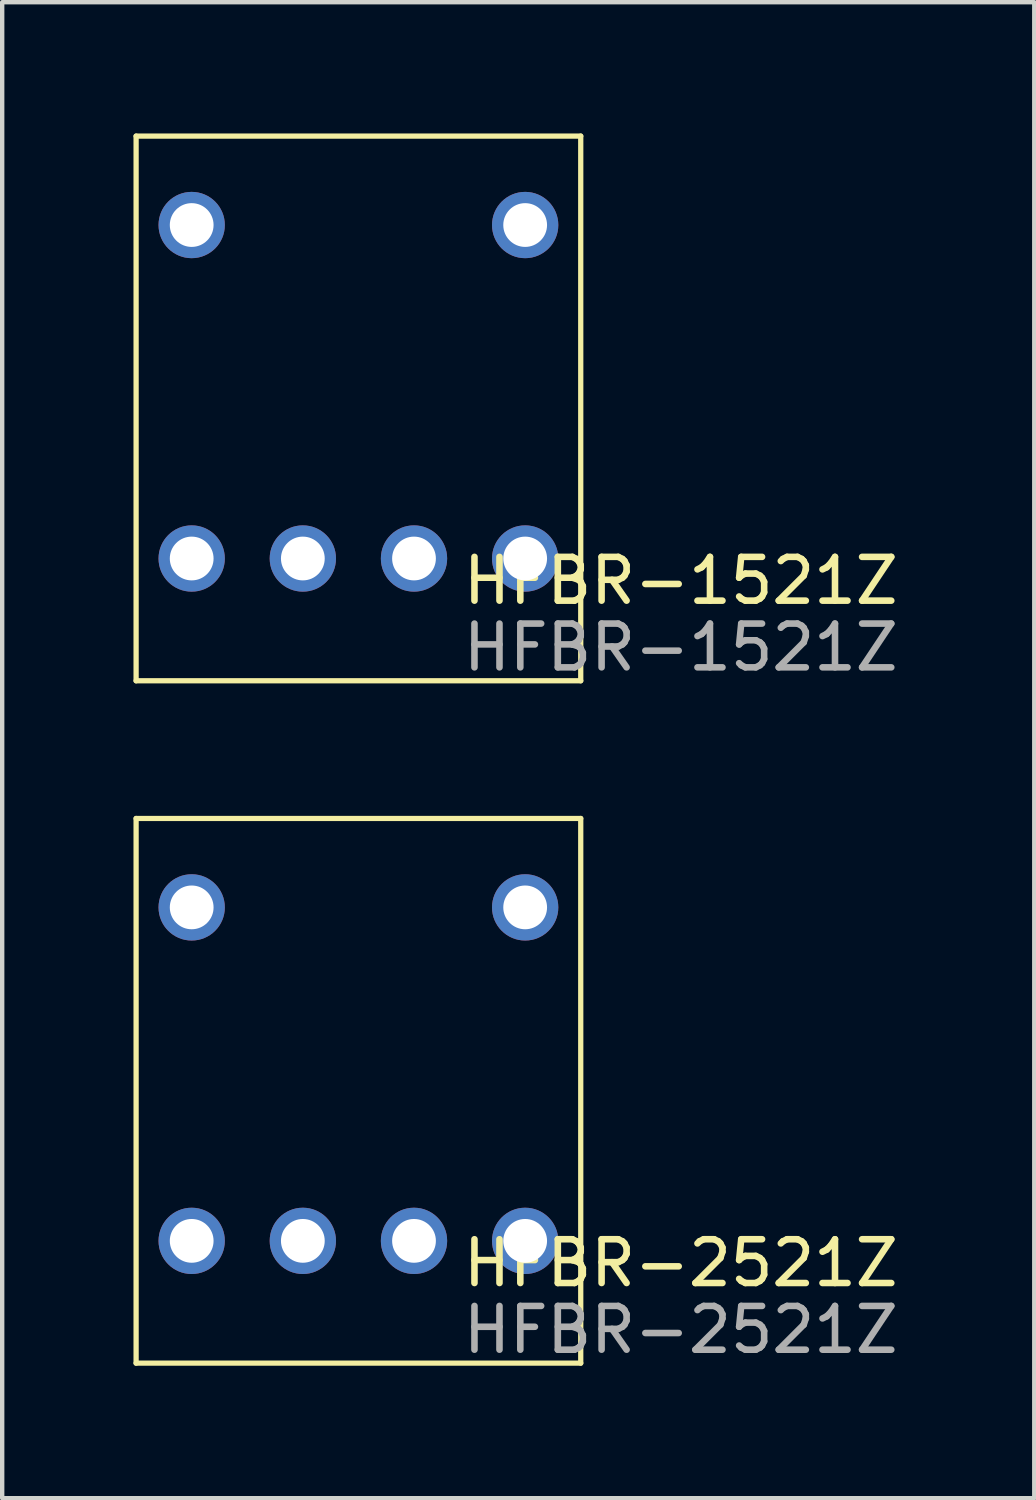
<source format=kicad_pcb>
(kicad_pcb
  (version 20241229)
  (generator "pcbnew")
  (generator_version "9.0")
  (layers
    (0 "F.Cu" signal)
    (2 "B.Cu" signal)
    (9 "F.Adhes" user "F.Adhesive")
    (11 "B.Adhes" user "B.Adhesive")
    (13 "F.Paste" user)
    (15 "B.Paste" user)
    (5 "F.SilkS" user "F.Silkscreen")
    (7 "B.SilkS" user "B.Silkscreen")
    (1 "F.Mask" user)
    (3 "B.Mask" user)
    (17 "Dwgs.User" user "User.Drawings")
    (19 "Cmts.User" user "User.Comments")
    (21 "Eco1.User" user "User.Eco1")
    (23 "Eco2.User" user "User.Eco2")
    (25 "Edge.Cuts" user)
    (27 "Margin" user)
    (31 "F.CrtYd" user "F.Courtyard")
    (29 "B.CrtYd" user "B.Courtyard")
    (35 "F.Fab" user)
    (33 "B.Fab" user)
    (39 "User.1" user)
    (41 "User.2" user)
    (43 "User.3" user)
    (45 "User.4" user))
  (footprint "HFBR-1521Z"
    (layer "F.Cu")
    (at 5.14 6.41)
    (property "Reference" "HFBR-1521Z" (at 7.366 3.81 0) (unlocked yes) (layer "F.SilkS") (effects (font (size 1 1) (thickness 0.15))))
    (attr through_hole)
    (fp_line (start -5.08 -6.35) (end -5.08 6.096) (stroke (width 0.12) (type solid)) (layer "F.SilkS"))
    (fp_line (start -5.08 6.096) (end 5.08 6.096) (stroke (width 0.12) (type solid)) (layer "F.SilkS"))
    (fp_line (start 5.08 -6.35) (end -5.08 -6.35) (stroke (width 0.12) (type solid)) (layer "F.SilkS"))
    (fp_line (start 5.08 6.096) (end 5.08 -6.35) (stroke (width 0.12) (type solid)) (layer "F.SilkS"))
    (fp_text user "${REFERENCE}" (at 7.366 5.334 0) (unlocked yes) (layer "F.Fab") (effects (font (size 1 1) (thickness 0.15))))
    (pad "1" thru_hole circle (at -3.81 3.302) (size 1.515 1.515) (drill 1) (layers "*.Cu" "*.Mask"))
    (pad "2" thru_hole circle (at -1.27 3.302) (size 1.515 1.515) (drill 1) (layers "*.Cu" "*.Mask"))
    (pad "3" thru_hole circle (at 1.27 3.302) (size 1.515 1.515) (drill 1) (layers "*.Cu" "*.Mask"))
    (pad "4" thru_hole circle (at 3.81 3.302) (size 1.515 1.515) (drill 1) (layers "*.Cu" "*.Mask"))
    (pad "5" thru_hole circle (at 3.81 -4.318) (size 1.515 1.515) (drill 1) (layers "*.Cu" "*.Mask"))
    (pad "8" thru_hole circle (at -3.81 -4.318) (size 1.515 1.515) (drill 1) (layers "*.Cu" "*.Mask")))
  (footprint "HFBR-2521Z"
    (layer "F.Cu")
    (at 5.14 22.002)
    (property "Reference" "HFBR-2521Z" (at 7.366 3.81 0) (unlocked yes) (layer "F.SilkS") (effects (font (size 1 1) (thickness 0.15))))
    (attr through_hole)
    (fp_line (start -5.08 -6.35) (end -5.08 6.096) (stroke (width 0.12) (type solid)) (layer "F.SilkS"))
    (fp_line (start -5.08 6.096) (end 5.08 6.096) (stroke (width 0.12) (type solid)) (layer "F.SilkS"))
    (fp_line (start 5.08 -6.35) (end -5.08 -6.35) (stroke (width 0.12) (type solid)) (layer "F.SilkS"))
    (fp_line (start 5.08 6.096) (end 5.08 -6.35) (stroke (width 0.12) (type solid)) (layer "F.SilkS"))
    (fp_text user "${REFERENCE}" (at 7.366 5.334 0) (unlocked yes) (layer "F.Fab") (effects (font (size 1 1) (thickness 0.15))))
    (pad "1" thru_hole circle (at -3.81 3.302) (size 1.515 1.515) (drill 1) (layers "*.Cu" "*.Mask"))
    (pad "2" thru_hole circle (at -1.27 3.302) (size 1.515 1.515) (drill 1) (layers "*.Cu" "*.Mask"))
    (pad "3" thru_hole circle (at 1.27 3.302) (size 1.515 1.515) (drill 1) (layers "*.Cu" "*.Mask"))
    (pad "4" thru_hole circle (at 3.81 3.302) (size 1.515 1.515) (drill 1) (layers "*.Cu" "*.Mask"))
    (pad "5" thru_hole circle (at 3.81 -4.318) (size 1.515 1.515) (drill 1) (layers "*.Cu" "*.Mask"))
    (pad "8" thru_hole circle (at -3.81 -4.318) (size 1.515 1.515) (drill 1) (layers "*.Cu" "*.Mask")))
  (gr_rect
    (start -3 -3)
    (end 20.583 31.184)
    (stroke (width 0.1) (type default))
    (fill no)
    (layer "Edge.Cuts")))
</source>
